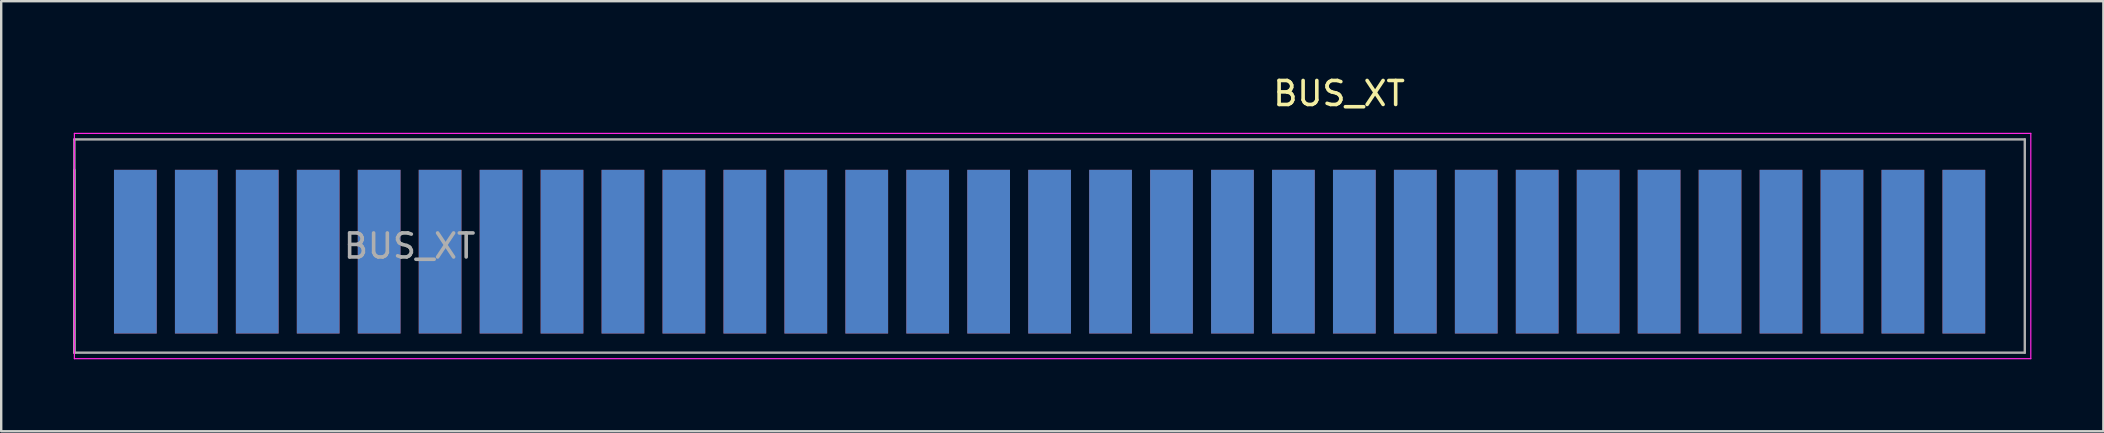
<source format=kicad_pcb>
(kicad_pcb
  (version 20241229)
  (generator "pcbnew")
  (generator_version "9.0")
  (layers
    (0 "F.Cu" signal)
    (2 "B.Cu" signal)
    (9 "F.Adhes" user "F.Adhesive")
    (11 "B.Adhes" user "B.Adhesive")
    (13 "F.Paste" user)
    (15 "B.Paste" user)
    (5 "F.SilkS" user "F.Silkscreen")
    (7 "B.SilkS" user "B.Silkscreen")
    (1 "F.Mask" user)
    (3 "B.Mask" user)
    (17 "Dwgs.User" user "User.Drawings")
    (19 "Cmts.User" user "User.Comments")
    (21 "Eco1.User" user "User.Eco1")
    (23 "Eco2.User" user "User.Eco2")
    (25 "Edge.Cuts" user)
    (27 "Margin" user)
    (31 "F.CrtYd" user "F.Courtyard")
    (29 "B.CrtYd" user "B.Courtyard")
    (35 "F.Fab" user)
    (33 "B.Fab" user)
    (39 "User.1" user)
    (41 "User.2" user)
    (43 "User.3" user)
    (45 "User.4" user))
  (footprint "BUS_XT"
    (layer "F.Cu")
    (at 78.79 7.838)
    (property "Reference" "BUS_XT" (at -26.035 -6.99 0) (layer "F.SilkS") (effects (font (size 1 1) (thickness 0.15))))
    (attr exclude_from_pos_files exclude_from_bom)
    (fp_line (start -78.74 -5.33) (end -78.74 4.06) (stroke (width 0.05) (type solid)) (layer "F.CrtYd"))
    (fp_line (start -78.74 -5.33) (end 2.79 -5.33) (stroke (width 0.05) (type solid)) (layer "F.CrtYd"))
    (fp_line (start 2.79 4.06) (end -78.74 4.06) (stroke (width 0.05) (type solid)) (layer "F.CrtYd"))
    (fp_line (start 2.79 4.06) (end 2.79 -5.33) (stroke (width 0.05) (type solid)) (layer "F.CrtYd"))
    (fp_line (start -78.74 -5.08) (end 2.54 -5.08) (stroke (width 0.1) (type solid)) (layer "F.Fab"))
    (fp_line (start -78.74 3.81) (end -78.74 -5.08) (stroke (width 0.1) (type solid)) (layer "F.Fab"))
    (fp_line (start -78.74 3.81) (end -78.74 -3.81) (stroke (width 0.1) (type solid)) (layer "F.Fab"))
    (fp_line (start 2.54 -5.08) (end 2.54 3.81) (stroke (width 0.1) (type solid)) (layer "F.Fab"))
    (fp_line (start 2.54 3.81) (end -78.74 3.81) (stroke (width 0.1) (type solid)) (layer "F.Fab"))
    (fp_text user "${REFERENCE}" (at -64.77 -0.635 0) (layer "F.Fab") (effects (font (size 1 1) (thickness 0.15))))
    (pad "1" connect rect (at 0 -0.4) (size 1.78 6.82) (layers "B.Cu" "B.Mask"))
    (pad "2" connect rect (at -2.54 -0.4) (size 1.78 6.82) (layers "B.Cu" "B.Mask"))
    (pad "3" connect rect (at -5.08 -0.4) (size 1.78 6.82) (layers "B.Cu" "B.Mask"))
    (pad "4" connect rect (at -7.62 -0.4) (size 1.78 6.82) (layers "B.Cu" "B.Mask"))
    (pad "5" connect rect (at -10.16 -0.4) (size 1.78 6.82) (layers "B.Cu" "B.Mask"))
    (pad "6" connect rect (at -12.7 -0.4) (size 1.78 6.82) (layers "B.Cu" "B.Mask"))
    (pad "7" connect rect (at -15.24 -0.4) (size 1.78 6.82) (layers "B.Cu" "B.Mask"))
    (pad "8" connect rect (at -17.78 -0.4) (size 1.78 6.82) (layers "B.Cu" "B.Mask"))
    (pad "9" connect rect (at -20.32 -0.4) (size 1.78 6.82) (layers "B.Cu" "B.Mask"))
    (pad "10" connect rect (at -22.86 -0.4) (size 1.78 6.82) (layers "B.Cu" "B.Mask"))
    (pad "11" connect rect (at -25.4 -0.4) (size 1.78 6.82) (layers "B.Cu" "B.Mask"))
    (pad "12" connect rect (at -27.94 -0.4) (size 1.78 6.82) (layers "B.Cu" "B.Mask"))
    (pad "13" connect rect (at -30.48 -0.4) (size 1.78 6.82) (layers "B.Cu" "B.Mask"))
    (pad "14" connect rect (at -33.02 -0.4) (size 1.78 6.82) (layers "B.Cu" "B.Mask"))
    (pad "15" connect rect (at -35.56 -0.4) (size 1.78 6.82) (layers "B.Cu" "B.Mask"))
    (pad "16" connect rect (at -38.1 -0.4) (size 1.78 6.82) (layers "B.Cu" "B.Mask"))
    (pad "17" connect rect (at -40.64 -0.4) (size 1.78 6.82) (layers "B.Cu" "B.Mask"))
    (pad "18" connect rect (at -43.18 -0.4) (size 1.78 6.82) (layers "B.Cu" "B.Mask"))
    (pad "19" connect rect (at -45.72 -0.4) (size 1.78 6.82) (layers "B.Cu" "B.Mask"))
    (pad "20" connect rect (at -48.26 -0.4) (size 1.78 6.82) (layers "B.Cu" "B.Mask"))
    (pad "21" connect rect (at -50.8 -0.4) (size 1.78 6.82) (layers "B.Cu" "B.Mask"))
    (pad "22" connect rect (at -53.34 -0.4) (size 1.78 6.82) (layers "B.Cu" "B.Mask"))
    (pad "23" connect rect (at -55.88 -0.4) (size 1.78 6.82) (layers "B.Cu" "B.Mask"))
    (pad "24" connect rect (at -58.42 -0.4) (size 1.78 6.82) (layers "B.Cu" "B.Mask"))
    (pad "25" connect rect (at -60.96 -0.4) (size 1.78 6.82) (layers "B.Cu" "B.Mask"))
    (pad "26" connect rect (at -63.5 -0.4) (size 1.78 6.82) (layers "B.Cu" "B.Mask"))
    (pad "27" connect rect (at -66.04 -0.4) (size 1.78 6.82) (layers "B.Cu" "B.Mask"))
    (pad "28" connect rect (at -68.58 -0.4) (size 1.78 6.82) (layers "B.Cu" "B.Mask"))
    (pad "29" connect rect (at -71.12 -0.4) (size 1.78 6.82) (layers "B.Cu" "B.Mask"))
    (pad "30" connect rect (at -73.66 -0.4) (size 1.78 6.82) (layers "B.Cu" "B.Mask"))
    (pad "31" connect rect (at -76.2 -0.4) (size 1.78 6.82) (layers "B.Cu" "B.Mask"))
    (pad "32" connect rect (at 0 -0.4) (size 1.78 6.82) (layers "F.Cu" "F.Mask"))
    (pad "33" connect rect (at -2.54 -0.4) (size 1.78 6.82) (layers "F.Cu" "F.Mask"))
    (pad "34" connect rect (at -5.08 -0.4) (size 1.78 6.82) (layers "F.Cu" "F.Mask"))
    (pad "35" connect rect (at -7.62 -0.4) (size 1.78 6.82) (layers "F.Cu" "F.Mask"))
    (pad "36" connect rect (at -10.16 -0.4) (size 1.78 6.82) (layers "F.Cu" "F.Mask"))
    (pad "37" connect rect (at -12.7 -0.4) (size 1.78 6.82) (layers "F.Cu" "F.Mask"))
    (pad "38" connect rect (at -15.24 -0.4) (size 1.78 6.82) (layers "F.Cu" "F.Mask"))
    (pad "39" connect rect (at -17.78 -0.4) (size 1.78 6.82) (layers "F.Cu" "F.Mask"))
    (pad "40" connect rect (at -20.32 -0.4) (size 1.78 6.82) (layers "F.Cu" "F.Mask"))
    (pad "41" connect rect (at -22.86 -0.4) (size 1.78 6.82) (layers "F.Cu" "F.Mask"))
    (pad "42" connect rect (at -25.4 -0.4) (size 1.78 6.82) (layers "F.Cu" "F.Mask"))
    (pad "43" connect rect (at -27.94 -0.4) (size 1.78 6.82) (layers "F.Cu" "F.Mask"))
    (pad "44" connect rect (at -30.48 -0.4) (size 1.78 6.82) (layers "F.Cu" "F.Mask"))
    (pad "45" connect rect (at -33.02 -0.4) (size 1.78 6.82) (layers "F.Cu" "F.Mask"))
    (pad "46" connect rect (at -35.56 -0.4) (size 1.78 6.82) (layers "F.Cu" "F.Mask"))
    (pad "47" connect rect (at -38.1 -0.4) (size 1.78 6.82) (layers "F.Cu" "F.Mask"))
    (pad "48" connect rect (at -40.64 -0.4) (size 1.78 6.82) (layers "F.Cu" "F.Mask"))
    (pad "49" connect rect (at -43.18 -0.4) (size 1.78 6.82) (layers "F.Cu" "F.Mask"))
    (pad "50" connect rect (at -45.72 -0.4) (size 1.78 6.82) (layers "F.Cu" "F.Mask"))
    (pad "51" connect rect (at -48.26 -0.4) (size 1.78 6.82) (layers "F.Cu" "F.Mask"))
    (pad "52" connect rect (at -50.8 -0.4) (size 1.78 6.82) (layers "F.Cu" "F.Mask"))
    (pad "53" connect rect (at -53.34 -0.4) (size 1.78 6.82) (layers "F.Cu" "F.Mask"))
    (pad "54" connect rect (at -55.88 -0.4) (size 1.78 6.82) (layers "F.Cu" "F.Mask"))
    (pad "55" connect rect (at -58.42 -0.4) (size 1.78 6.82) (layers "F.Cu" "F.Mask"))
    (pad "56" connect rect (at -60.96 -0.4) (size 1.78 6.82) (layers "F.Cu" "F.Mask"))
    (pad "57" connect rect (at -63.5 -0.4) (size 1.78 6.82) (layers "F.Cu" "F.Mask"))
    (pad "58" connect rect (at -66.04 -0.4) (size 1.78 6.82) (layers "F.Cu" "F.Mask"))
    (pad "59" connect rect (at -68.58 -0.4) (size 1.78 6.82) (layers "F.Cu" "F.Mask"))
    (pad "60" connect rect (at -71.12 -0.4) (size 1.78 6.82) (layers "F.Cu" "F.Mask"))
    (pad "61" connect rect (at -73.66 -0.4) (size 1.78 6.82) (layers "F.Cu" "F.Mask"))
    (pad "62" connect rect (at -76.2 -0.4) (size 1.78 6.82) (layers "F.Cu" "F.Mask")))
  (gr_rect
    (start -3 -3)
    (end 84.605 14.923)
    (stroke (width 0.1) (type default))
    (fill no)
    (layer "Edge.Cuts")))
</source>
